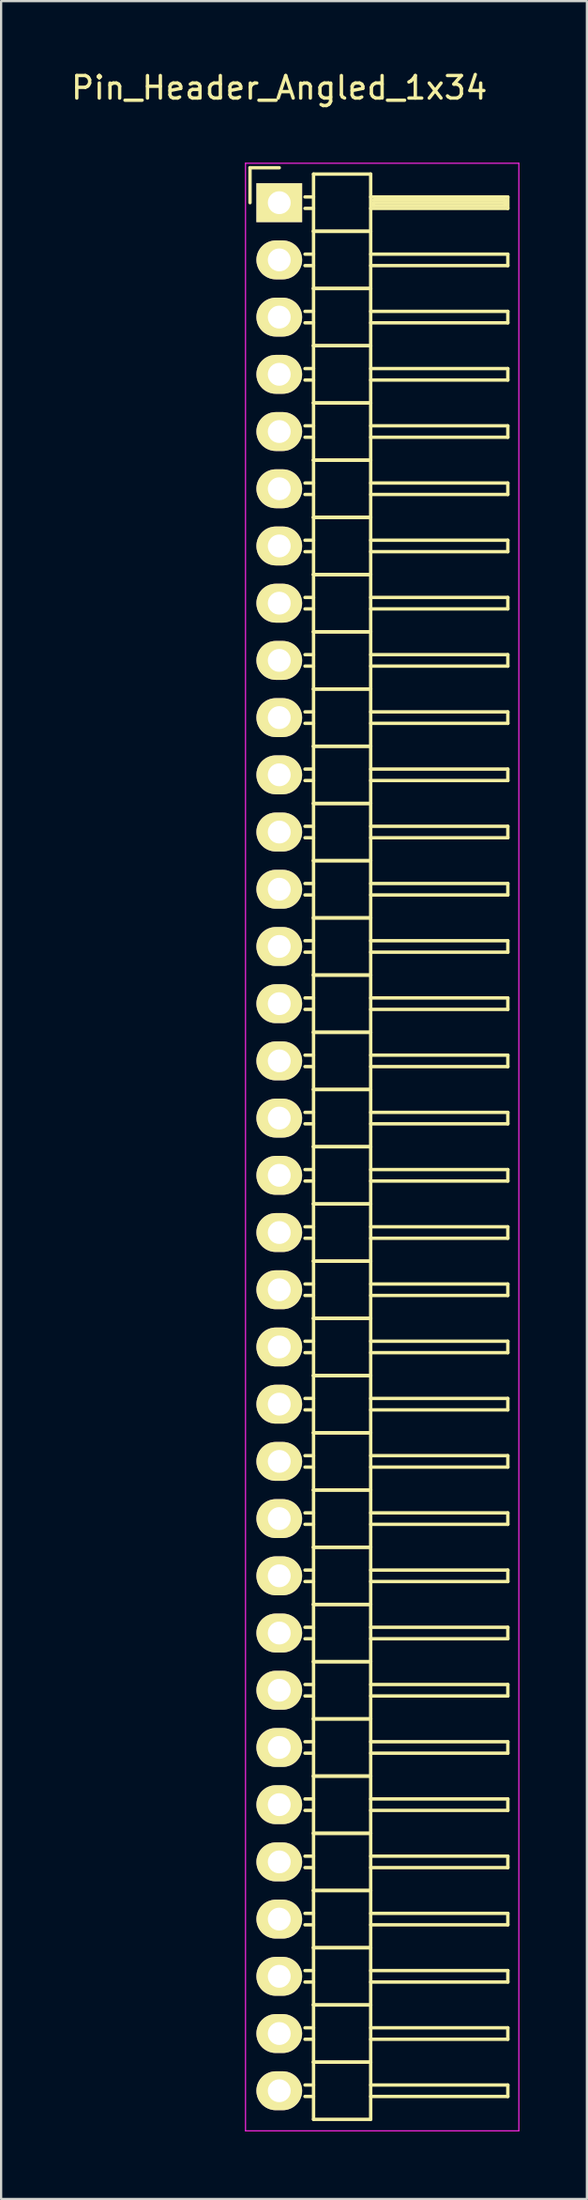
<source format=kicad_pcb>
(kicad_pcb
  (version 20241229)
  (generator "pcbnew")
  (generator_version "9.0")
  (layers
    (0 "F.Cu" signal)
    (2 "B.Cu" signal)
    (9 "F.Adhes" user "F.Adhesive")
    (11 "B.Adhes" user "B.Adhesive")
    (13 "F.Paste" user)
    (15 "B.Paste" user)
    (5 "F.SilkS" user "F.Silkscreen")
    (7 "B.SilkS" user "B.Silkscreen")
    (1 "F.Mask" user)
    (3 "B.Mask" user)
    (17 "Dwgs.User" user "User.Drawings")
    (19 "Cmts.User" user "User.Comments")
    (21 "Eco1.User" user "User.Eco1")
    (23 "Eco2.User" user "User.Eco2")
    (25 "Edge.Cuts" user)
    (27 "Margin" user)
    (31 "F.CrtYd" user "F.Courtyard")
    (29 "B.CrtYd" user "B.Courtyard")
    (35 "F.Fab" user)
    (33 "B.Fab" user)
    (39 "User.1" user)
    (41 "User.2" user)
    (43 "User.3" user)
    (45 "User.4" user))
  (footprint "Pin_Header_Angled_1x34"
    (layer "F.Cu")
    (at 9.363 5.948)
    (property "Reference" "Pin_Header_Angled_1x34" (at 0 -5.1 0) (layer "F.SilkS") (effects (font (size 1 1) (thickness 0.15))))
    (attr through_hole)
    (fp_line (start -1.3 -1.55) (end -1.3 0) (stroke (width 0.15) (type solid)) (layer "F.SilkS"))
    (fp_line (start 0 -1.55) (end -1.3 -1.55) (stroke (width 0.15) (type solid)) (layer "F.SilkS"))
    (fp_line (start 1.524 -1.27) (end 1.524 1.27) (stroke (width 0.15) (type solid)) (layer "F.SilkS"))
    (fp_line (start 1.524 -1.27) (end 4.064 -1.27) (stroke (width 0.15) (type solid)) (layer "F.SilkS"))
    (fp_line (start 1.524 -0.254) (end 1.143 -0.254) (stroke (width 0.15) (type solid)) (layer "F.SilkS"))
    (fp_line (start 1.524 0.254) (end 1.143 0.254) (stroke (width 0.15) (type solid)) (layer "F.SilkS"))
    (fp_line (start 1.524 1.27) (end 1.524 3.81) (stroke (width 0.15) (type solid)) (layer "F.SilkS"))
    (fp_line (start 1.524 1.27) (end 4.064 1.27) (stroke (width 0.15) (type solid)) (layer "F.SilkS"))
    (fp_line (start 1.524 1.27) (end 4.064 1.27) (stroke (width 0.15) (type solid)) (layer "F.SilkS"))
    (fp_line (start 1.524 2.286) (end 1.143 2.286) (stroke (width 0.15) (type solid)) (layer "F.SilkS"))
    (fp_line (start 1.524 2.794) (end 1.143 2.794) (stroke (width 0.15) (type solid)) (layer "F.SilkS"))
    (fp_line (start 1.524 3.81) (end 1.524 6.35) (stroke (width 0.15) (type solid)) (layer "F.SilkS"))
    (fp_line (start 1.524 3.81) (end 4.064 3.81) (stroke (width 0.15) (type solid)) (layer "F.SilkS"))
    (fp_line (start 1.524 3.81) (end 4.064 3.81) (stroke (width 0.15) (type solid)) (layer "F.SilkS"))
    (fp_line (start 1.524 4.826) (end 1.143 4.826) (stroke (width 0.15) (type solid)) (layer "F.SilkS"))
    (fp_line (start 1.524 5.334) (end 1.143 5.334) (stroke (width 0.15) (type solid)) (layer "F.SilkS"))
    (fp_line (start 1.524 6.35) (end 1.524 8.89) (stroke (width 0.15) (type solid)) (layer "F.SilkS"))
    (fp_line (start 1.524 6.35) (end 4.064 6.35) (stroke (width 0.15) (type solid)) (layer "F.SilkS"))
    (fp_line (start 1.524 6.35) (end 4.064 6.35) (stroke (width 0.15) (type solid)) (layer "F.SilkS"))
    (fp_line (start 1.524 7.366) (end 1.143 7.366) (stroke (width 0.15) (type solid)) (layer "F.SilkS"))
    (fp_line (start 1.524 7.874) (end 1.143 7.874) (stroke (width 0.15) (type solid)) (layer "F.SilkS"))
    (fp_line (start 1.524 8.89) (end 1.524 11.43) (stroke (width 0.15) (type solid)) (layer "F.SilkS"))
    (fp_line (start 1.524 8.89) (end 4.064 8.89) (stroke (width 0.15) (type solid)) (layer "F.SilkS"))
    (fp_line (start 1.524 8.89) (end 4.064 8.89) (stroke (width 0.15) (type solid)) (layer "F.SilkS"))
    (fp_line (start 1.524 9.906) (end 1.143 9.906) (stroke (width 0.15) (type solid)) (layer "F.SilkS"))
    (fp_line (start 1.524 10.414) (end 1.143 10.414) (stroke (width 0.15) (type solid)) (layer "F.SilkS"))
    (fp_line (start 1.524 11.43) (end 1.524 13.97) (stroke (width 0.15) (type solid)) (layer "F.SilkS"))
    (fp_line (start 1.524 11.43) (end 4.064 11.43) (stroke (width 0.15) (type solid)) (layer "F.SilkS"))
    (fp_line (start 1.524 11.43) (end 4.064 11.43) (stroke (width 0.15) (type solid)) (layer "F.SilkS"))
    (fp_line (start 1.524 12.446) (end 1.143 12.446) (stroke (width 0.15) (type solid)) (layer "F.SilkS"))
    (fp_line (start 1.524 12.954) (end 1.143 12.954) (stroke (width 0.15) (type solid)) (layer "F.SilkS"))
    (fp_line (start 1.524 13.97) (end 1.524 16.51) (stroke (width 0.15) (type solid)) (layer "F.SilkS"))
    (fp_line (start 1.524 13.97) (end 4.064 13.97) (stroke (width 0.15) (type solid)) (layer "F.SilkS"))
    (fp_line (start 1.524 13.97) (end 4.064 13.97) (stroke (width 0.15) (type solid)) (layer "F.SilkS"))
    (fp_line (start 1.524 14.986) (end 1.143 14.986) (stroke (width 0.15) (type solid)) (layer "F.SilkS"))
    (fp_line (start 1.524 15.494) (end 1.143 15.494) (stroke (width 0.15) (type solid)) (layer "F.SilkS"))
    (fp_line (start 1.524 16.51) (end 1.524 19.05) (stroke (width 0.15) (type solid)) (layer "F.SilkS"))
    (fp_line (start 1.524 16.51) (end 4.064 16.51) (stroke (width 0.15) (type solid)) (layer "F.SilkS"))
    (fp_line (start 1.524 16.51) (end 4.064 16.51) (stroke (width 0.15) (type solid)) (layer "F.SilkS"))
    (fp_line (start 1.524 17.526) (end 1.143 17.526) (stroke (width 0.15) (type solid)) (layer "F.SilkS"))
    (fp_line (start 1.524 18.034) (end 1.143 18.034) (stroke (width 0.15) (type solid)) (layer "F.SilkS"))
    (fp_line (start 1.524 19.05) (end 1.524 21.59) (stroke (width 0.15) (type solid)) (layer "F.SilkS"))
    (fp_line (start 1.524 19.05) (end 4.064 19.05) (stroke (width 0.15) (type solid)) (layer "F.SilkS"))
    (fp_line (start 1.524 19.05) (end 4.064 19.05) (stroke (width 0.15) (type solid)) (layer "F.SilkS"))
    (fp_line (start 1.524 20.066) (end 1.143 20.066) (stroke (width 0.15) (type solid)) (layer "F.SilkS"))
    (fp_line (start 1.524 20.574) (end 1.143 20.574) (stroke (width 0.15) (type solid)) (layer "F.SilkS"))
    (fp_line (start 1.524 21.59) (end 1.524 24.13) (stroke (width 0.15) (type solid)) (layer "F.SilkS"))
    (fp_line (start 1.524 21.59) (end 4.064 21.59) (stroke (width 0.15) (type solid)) (layer "F.SilkS"))
    (fp_line (start 1.524 21.59) (end 4.064 21.59) (stroke (width 0.15) (type solid)) (layer "F.SilkS"))
    (fp_line (start 1.524 22.606) (end 1.143 22.606) (stroke (width 0.15) (type solid)) (layer "F.SilkS"))
    (fp_line (start 1.524 23.114) (end 1.143 23.114) (stroke (width 0.15) (type solid)) (layer "F.SilkS"))
    (fp_line (start 1.524 24.13) (end 1.524 26.67) (stroke (width 0.15) (type solid)) (layer "F.SilkS"))
    (fp_line (start 1.524 24.13) (end 4.064 24.13) (stroke (width 0.15) (type solid)) (layer "F.SilkS"))
    (fp_line (start 1.524 24.13) (end 4.064 24.13) (stroke (width 0.15) (type solid)) (layer "F.SilkS"))
    (fp_line (start 1.524 25.146) (end 1.143 25.146) (stroke (width 0.15) (type solid)) (layer "F.SilkS"))
    (fp_line (start 1.524 25.654) (end 1.143 25.654) (stroke (width 0.15) (type solid)) (layer "F.SilkS"))
    (fp_line (start 1.524 26.67) (end 1.524 29.21) (stroke (width 0.15) (type solid)) (layer "F.SilkS"))
    (fp_line (start 1.524 26.67) (end 4.064 26.67) (stroke (width 0.15) (type solid)) (layer "F.SilkS"))
    (fp_line (start 1.524 26.67) (end 4.064 26.67) (stroke (width 0.15) (type solid)) (layer "F.SilkS"))
    (fp_line (start 1.524 27.686) (end 1.143 27.686) (stroke (width 0.15) (type solid)) (layer "F.SilkS"))
    (fp_line (start 1.524 28.194) (end 1.143 28.194) (stroke (width 0.15) (type solid)) (layer "F.SilkS"))
    (fp_line (start 1.524 29.21) (end 1.524 31.75) (stroke (width 0.15) (type solid)) (layer "F.SilkS"))
    (fp_line (start 1.524 29.21) (end 4.064 29.21) (stroke (width 0.15) (type solid)) (layer "F.SilkS"))
    (fp_line (start 1.524 29.21) (end 4.064 29.21) (stroke (width 0.15) (type solid)) (layer "F.SilkS"))
    (fp_line (start 1.524 30.226) (end 1.143 30.226) (stroke (width 0.15) (type solid)) (layer "F.SilkS"))
    (fp_line (start 1.524 30.734) (end 1.143 30.734) (stroke (width 0.15) (type solid)) (layer "F.SilkS"))
    (fp_line (start 1.524 31.75) (end 1.524 34.29) (stroke (width 0.15) (type solid)) (layer "F.SilkS"))
    (fp_line (start 1.524 31.75) (end 4.064 31.75) (stroke (width 0.15) (type solid)) (layer "F.SilkS"))
    (fp_line (start 1.524 31.75) (end 4.064 31.75) (stroke (width 0.15) (type solid)) (layer "F.SilkS"))
    (fp_line (start 1.524 32.766) (end 1.143 32.766) (stroke (width 0.15) (type solid)) (layer "F.SilkS"))
    (fp_line (start 1.524 33.274) (end 1.143 33.274) (stroke (width 0.15) (type solid)) (layer "F.SilkS"))
    (fp_line (start 1.524 34.29) (end 1.524 36.83) (stroke (width 0.15) (type solid)) (layer "F.SilkS"))
    (fp_line (start 1.524 34.29) (end 4.064 34.29) (stroke (width 0.15) (type solid)) (layer "F.SilkS"))
    (fp_line (start 1.524 34.29) (end 4.064 34.29) (stroke (width 0.15) (type solid)) (layer "F.SilkS"))
    (fp_line (start 1.524 35.306) (end 1.143 35.306) (stroke (width 0.15) (type solid)) (layer "F.SilkS"))
    (fp_line (start 1.524 35.814) (end 1.143 35.814) (stroke (width 0.15) (type solid)) (layer "F.SilkS"))
    (fp_line (start 1.524 36.83) (end 1.524 39.37) (stroke (width 0.15) (type solid)) (layer "F.SilkS"))
    (fp_line (start 1.524 36.83) (end 4.064 36.83) (stroke (width 0.15) (type solid)) (layer "F.SilkS"))
    (fp_line (start 1.524 36.83) (end 4.064 36.83) (stroke (width 0.15) (type solid)) (layer "F.SilkS"))
    (fp_line (start 1.524 37.846) (end 1.143 37.846) (stroke (width 0.15) (type solid)) (layer "F.SilkS"))
    (fp_line (start 1.524 38.354) (end 1.143 38.354) (stroke (width 0.15) (type solid)) (layer "F.SilkS"))
    (fp_line (start 1.524 39.37) (end 1.524 41.91) (stroke (width 0.15) (type solid)) (layer "F.SilkS"))
    (fp_line (start 1.524 39.37) (end 4.064 39.37) (stroke (width 0.15) (type solid)) (layer "F.SilkS"))
    (fp_line (start 1.524 39.37) (end 4.064 39.37) (stroke (width 0.15) (type solid)) (layer "F.SilkS"))
    (fp_line (start 1.524 40.386) (end 1.143 40.386) (stroke (width 0.15) (type solid)) (layer "F.SilkS"))
    (fp_line (start 1.524 40.894) (end 1.143 40.894) (stroke (width 0.15) (type solid)) (layer "F.SilkS"))
    (fp_line (start 1.524 41.91) (end 1.524 44.45) (stroke (width 0.15) (type solid)) (layer "F.SilkS"))
    (fp_line (start 1.524 41.91) (end 4.064 41.91) (stroke (width 0.15) (type solid)) (layer "F.SilkS"))
    (fp_line (start 1.524 41.91) (end 4.064 41.91) (stroke (width 0.15) (type solid)) (layer "F.SilkS"))
    (fp_line (start 1.524 42.926) (end 1.143 42.926) (stroke (width 0.15) (type solid)) (layer "F.SilkS"))
    (fp_line (start 1.524 43.434) (end 1.143 43.434) (stroke (width 0.15) (type solid)) (layer "F.SilkS"))
    (fp_line (start 1.524 44.45) (end 1.524 46.99) (stroke (width 0.15) (type solid)) (layer "F.SilkS"))
    (fp_line (start 1.524 44.45) (end 4.064 44.45) (stroke (width 0.15) (type solid)) (layer "F.SilkS"))
    (fp_line (start 1.524 44.45) (end 4.064 44.45) (stroke (width 0.15) (type solid)) (layer "F.SilkS"))
    (fp_line (start 1.524 45.466) (end 1.143 45.466) (stroke (width 0.15) (type solid)) (layer "F.SilkS"))
    (fp_line (start 1.524 45.974) (end 1.143 45.974) (stroke (width 0.15) (type solid)) (layer "F.SilkS"))
    (fp_line (start 1.524 46.99) (end 1.524 49.53) (stroke (width 0.15) (type solid)) (layer "F.SilkS"))
    (fp_line (start 1.524 46.99) (end 4.064 46.99) (stroke (width 0.15) (type solid)) (layer "F.SilkS"))
    (fp_line (start 1.524 46.99) (end 4.064 46.99) (stroke (width 0.15) (type solid)) (layer "F.SilkS"))
    (fp_line (start 1.524 48.006) (end 1.143 48.006) (stroke (width 0.15) (type solid)) (layer "F.SilkS"))
    (fp_line (start 1.524 48.514) (end 1.143 48.514) (stroke (width 0.15) (type solid)) (layer "F.SilkS"))
    (fp_line (start 1.524 49.53) (end 1.524 52.07) (stroke (width 0.15) (type solid)) (layer "F.SilkS"))
    (fp_line (start 1.524 49.53) (end 4.064 49.53) (stroke (width 0.15) (type solid)) (layer "F.SilkS"))
    (fp_line (start 1.524 49.53) (end 4.064 49.53) (stroke (width 0.15) (type solid)) (layer "F.SilkS"))
    (fp_line (start 1.524 50.546) (end 1.143 50.546) (stroke (width 0.15) (type solid)) (layer "F.SilkS"))
    (fp_line (start 1.524 51.054) (end 1.143 51.054) (stroke (width 0.15) (type solid)) (layer "F.SilkS"))
    (fp_line (start 1.524 52.07) (end 1.524 54.61) (stroke (width 0.15) (type solid)) (layer "F.SilkS"))
    (fp_line (start 1.524 52.07) (end 4.064 52.07) (stroke (width 0.15) (type solid)) (layer "F.SilkS"))
    (fp_line (start 1.524 52.07) (end 4.064 52.07) (stroke (width 0.15) (type solid)) (layer "F.SilkS"))
    (fp_line (start 1.524 53.086) (end 1.143 53.086) (stroke (width 0.15) (type solid)) (layer "F.SilkS"))
    (fp_line (start 1.524 53.594) (end 1.143 53.594) (stroke (width 0.15) (type solid)) (layer "F.SilkS"))
    (fp_line (start 1.524 54.61) (end 1.524 57.15) (stroke (width 0.15) (type solid)) (layer "F.SilkS"))
    (fp_line (start 1.524 54.61) (end 4.064 54.61) (stroke (width 0.15) (type solid)) (layer "F.SilkS"))
    (fp_line (start 1.524 54.61) (end 4.064 54.61) (stroke (width 0.15) (type solid)) (layer "F.SilkS"))
    (fp_line (start 1.524 55.626) (end 1.143 55.626) (stroke (width 0.15) (type solid)) (layer "F.SilkS"))
    (fp_line (start 1.524 56.134) (end 1.143 56.134) (stroke (width 0.15) (type solid)) (layer "F.SilkS"))
    (fp_line (start 1.524 57.15) (end 1.524 59.69) (stroke (width 0.15) (type solid)) (layer "F.SilkS"))
    (fp_line (start 1.524 57.15) (end 4.064 57.15) (stroke (width 0.15) (type solid)) (layer "F.SilkS"))
    (fp_line (start 1.524 57.15) (end 4.064 57.15) (stroke (width 0.15) (type solid)) (layer "F.SilkS"))
    (fp_line (start 1.524 58.166) (end 1.143 58.166) (stroke (width 0.15) (type solid)) (layer "F.SilkS"))
    (fp_line (start 1.524 58.674) (end 1.143 58.674) (stroke (width 0.15) (type solid)) (layer "F.SilkS"))
    (fp_line (start 1.524 59.69) (end 1.524 62.23) (stroke (width 0.15) (type solid)) (layer "F.SilkS"))
    (fp_line (start 1.524 59.69) (end 4.064 59.69) (stroke (width 0.15) (type solid)) (layer "F.SilkS"))
    (fp_line (start 1.524 59.69) (end 4.064 59.69) (stroke (width 0.15) (type solid)) (layer "F.SilkS"))
    (fp_line (start 1.524 60.706) (end 1.143 60.706) (stroke (width 0.15) (type solid)) (layer "F.SilkS"))
    (fp_line (start 1.524 61.214) (end 1.143 61.214) (stroke (width 0.15) (type solid)) (layer "F.SilkS"))
    (fp_line (start 1.524 62.23) (end 1.524 64.77) (stroke (width 0.15) (type solid)) (layer "F.SilkS"))
    (fp_line (start 1.524 62.23) (end 4.064 62.23) (stroke (width 0.15) (type solid)) (layer "F.SilkS"))
    (fp_line (start 1.524 62.23) (end 4.064 62.23) (stroke (width 0.15) (type solid)) (layer "F.SilkS"))
    (fp_line (start 1.524 63.246) (end 1.143 63.246) (stroke (width 0.15) (type solid)) (layer "F.SilkS"))
    (fp_line (start 1.524 63.754) (end 1.143 63.754) (stroke (width 0.15) (type solid)) (layer "F.SilkS"))
    (fp_line (start 1.524 64.77) (end 1.524 67.31) (stroke (width 0.15) (type solid)) (layer "F.SilkS"))
    (fp_line (start 1.524 64.77) (end 4.064 64.77) (stroke (width 0.15) (type solid)) (layer "F.SilkS"))
    (fp_line (start 1.524 64.77) (end 4.064 64.77) (stroke (width 0.15) (type solid)) (layer "F.SilkS"))
    (fp_line (start 1.524 65.786) (end 1.143 65.786) (stroke (width 0.15) (type solid)) (layer "F.SilkS"))
    (fp_line (start 1.524 66.294) (end 1.143 66.294) (stroke (width 0.15) (type solid)) (layer "F.SilkS"))
    (fp_line (start 1.524 67.31) (end 1.524 69.85) (stroke (width 0.15) (type solid)) (layer "F.SilkS"))
    (fp_line (start 1.524 67.31) (end 4.064 67.31) (stroke (width 0.15) (type solid)) (layer "F.SilkS"))
    (fp_line (start 1.524 67.31) (end 4.064 67.31) (stroke (width 0.15) (type solid)) (layer "F.SilkS"))
    (fp_line (start 1.524 68.326) (end 1.143 68.326) (stroke (width 0.15) (type solid)) (layer "F.SilkS"))
    (fp_line (start 1.524 68.834) (end 1.143 68.834) (stroke (width 0.15) (type solid)) (layer "F.SilkS"))
    (fp_line (start 1.524 69.85) (end 1.524 72.39) (stroke (width 0.15) (type solid)) (layer "F.SilkS"))
    (fp_line (start 1.524 69.85) (end 4.064 69.85) (stroke (width 0.15) (type solid)) (layer "F.SilkS"))
    (fp_line (start 1.524 69.85) (end 4.064 69.85) (stroke (width 0.15) (type solid)) (layer "F.SilkS"))
    (fp_line (start 1.524 70.866) (end 1.143 70.866) (stroke (width 0.15) (type solid)) (layer "F.SilkS"))
    (fp_line (start 1.524 71.374) (end 1.143 71.374) (stroke (width 0.15) (type solid)) (layer "F.SilkS"))
    (fp_line (start 1.524 72.39) (end 1.524 74.93) (stroke (width 0.15) (type solid)) (layer "F.SilkS"))
    (fp_line (start 1.524 72.39) (end 4.064 72.39) (stroke (width 0.15) (type solid)) (layer "F.SilkS"))
    (fp_line (start 1.524 72.39) (end 4.064 72.39) (stroke (width 0.15) (type solid)) (layer "F.SilkS"))
    (fp_line (start 1.524 73.406) (end 1.143 73.406) (stroke (width 0.15) (type solid)) (layer "F.SilkS"))
    (fp_line (start 1.524 73.914) (end 1.143 73.914) (stroke (width 0.15) (type solid)) (layer "F.SilkS"))
    (fp_line (start 1.524 74.93) (end 1.524 77.47) (stroke (width 0.15) (type solid)) (layer "F.SilkS"))
    (fp_line (start 1.524 74.93) (end 4.064 74.93) (stroke (width 0.15) (type solid)) (layer "F.SilkS"))
    (fp_line (start 1.524 74.93) (end 4.064 74.93) (stroke (width 0.15) (type solid)) (layer "F.SilkS"))
    (fp_line (start 1.524 75.946) (end 1.143 75.946) (stroke (width 0.15) (type solid)) (layer "F.SilkS"))
    (fp_line (start 1.524 76.454) (end 1.143 76.454) (stroke (width 0.15) (type solid)) (layer "F.SilkS"))
    (fp_line (start 1.524 77.47) (end 1.524 80.01) (stroke (width 0.15) (type solid)) (layer "F.SilkS"))
    (fp_line (start 1.524 77.47) (end 4.064 77.47) (stroke (width 0.15) (type solid)) (layer "F.SilkS"))
    (fp_line (start 1.524 77.47) (end 4.064 77.47) (stroke (width 0.15) (type solid)) (layer "F.SilkS"))
    (fp_line (start 1.524 78.486) (end 1.143 78.486) (stroke (width 0.15) (type solid)) (layer "F.SilkS"))
    (fp_line (start 1.524 78.994) (end 1.143 78.994) (stroke (width 0.15) (type solid)) (layer "F.SilkS"))
    (fp_line (start 1.524 80.01) (end 1.524 82.55) (stroke (width 0.15) (type solid)) (layer "F.SilkS"))
    (fp_line (start 1.524 80.01) (end 4.064 80.01) (stroke (width 0.15) (type solid)) (layer "F.SilkS"))
    (fp_line (start 1.524 80.01) (end 4.064 80.01) (stroke (width 0.15) (type solid)) (layer "F.SilkS"))
    (fp_line (start 1.524 81.026) (end 1.143 81.026) (stroke (width 0.15) (type solid)) (layer "F.SilkS"))
    (fp_line (start 1.524 81.534) (end 1.143 81.534) (stroke (width 0.15) (type solid)) (layer "F.SilkS"))
    (fp_line (start 1.524 82.55) (end 1.524 85.09) (stroke (width 0.15) (type solid)) (layer "F.SilkS"))
    (fp_line (start 1.524 82.55) (end 4.064 82.55) (stroke (width 0.15) (type solid)) (layer "F.SilkS"))
    (fp_line (start 1.524 82.55) (end 4.064 82.55) (stroke (width 0.15) (type solid)) (layer "F.SilkS"))
    (fp_line (start 1.524 83.566) (end 1.143 83.566) (stroke (width 0.15) (type solid)) (layer "F.SilkS"))
    (fp_line (start 1.524 84.074) (end 1.143 84.074) (stroke (width 0.15) (type solid)) (layer "F.SilkS"))
    (fp_line (start 1.524 85.09) (end 4.064 85.09) (stroke (width 0.15) (type solid)) (layer "F.SilkS"))
    (fp_line (start 4.064 -0.254) (end 10.16 -0.254) (stroke (width 0.15) (type solid)) (layer "F.SilkS"))
    (fp_line (start 4.064 1.27) (end 4.064 -1.27) (stroke (width 0.15) (type solid)) (layer "F.SilkS"))
    (fp_line (start 4.064 2.286) (end 10.16 2.286) (stroke (width 0.15) (type solid)) (layer "F.SilkS"))
    (fp_line (start 4.064 3.81) (end 4.064 1.27) (stroke (width 0.15) (type solid)) (layer "F.SilkS"))
    (fp_line (start 4.064 4.826) (end 10.16 4.826) (stroke (width 0.15) (type solid)) (layer "F.SilkS"))
    (fp_line (start 4.064 6.35) (end 4.064 3.81) (stroke (width 0.15) (type solid)) (layer "F.SilkS"))
    (fp_line (start 4.064 7.366) (end 10.16 7.366) (stroke (width 0.15) (type solid)) (layer "F.SilkS"))
    (fp_line (start 4.064 8.89) (end 4.064 6.35) (stroke (width 0.15) (type solid)) (layer "F.SilkS"))
    (fp_line (start 4.064 9.906) (end 10.16 9.906) (stroke (width 0.15) (type solid)) (layer "F.SilkS"))
    (fp_line (start 4.064 11.43) (end 4.064 8.89) (stroke (width 0.15) (type solid)) (layer "F.SilkS"))
    (fp_line (start 4.064 12.446) (end 10.16 12.446) (stroke (width 0.15) (type solid)) (layer "F.SilkS"))
    (fp_line (start 4.064 13.97) (end 4.064 11.43) (stroke (width 0.15) (type solid)) (layer "F.SilkS"))
    (fp_line (start 4.064 14.986) (end 10.16 14.986) (stroke (width 0.15) (type solid)) (layer "F.SilkS"))
    (fp_line (start 4.064 16.51) (end 4.064 13.97) (stroke (width 0.15) (type solid)) (layer "F.SilkS"))
    (fp_line (start 4.064 17.526) (end 10.16 17.526) (stroke (width 0.15) (type solid)) (layer "F.SilkS"))
    (fp_line (start 4.064 19.05) (end 4.064 16.51) (stroke (width 0.15) (type solid)) (layer "F.SilkS"))
    (fp_line (start 4.064 20.066) (end 10.16 20.066) (stroke (width 0.15) (type solid)) (layer "F.SilkS"))
    (fp_line (start 4.064 21.59) (end 4.064 19.05) (stroke (width 0.15) (type solid)) (layer "F.SilkS"))
    (fp_line (start 4.064 22.606) (end 10.16 22.606) (stroke (width 0.15) (type solid)) (layer "F.SilkS"))
    (fp_line (start 4.064 24.13) (end 4.064 21.59) (stroke (width 0.15) (type solid)) (layer "F.SilkS"))
    (fp_line (start 4.064 25.146) (end 10.16 25.146) (stroke (width 0.15) (type solid)) (layer "F.SilkS"))
    (fp_line (start 4.064 26.67) (end 4.064 24.13) (stroke (width 0.15) (type solid)) (layer "F.SilkS"))
    (fp_line (start 4.064 27.686) (end 10.16 27.686) (stroke (width 0.15) (type solid)) (layer "F.SilkS"))
    (fp_line (start 4.064 29.21) (end 4.064 26.67) (stroke (width 0.15) (type solid)) (layer "F.SilkS"))
    (fp_line (start 4.064 30.226) (end 10.16 30.226) (stroke (width 0.15) (type solid)) (layer "F.SilkS"))
    (fp_line (start 4.064 31.75) (end 4.064 29.21) (stroke (width 0.15) (type solid)) (layer "F.SilkS"))
    (fp_line (start 4.064 32.766) (end 10.16 32.766) (stroke (width 0.15) (type solid)) (layer "F.SilkS"))
    (fp_line (start 4.064 34.29) (end 4.064 31.75) (stroke (width 0.15) (type solid)) (layer "F.SilkS"))
    (fp_line (start 4.064 35.306) (end 10.16 35.306) (stroke (width 0.15) (type solid)) (layer "F.SilkS"))
    (fp_line (start 4.064 36.83) (end 4.064 34.29) (stroke (width 0.15) (type solid)) (layer "F.SilkS"))
    (fp_line (start 4.064 37.846) (end 10.16 37.846) (stroke (width 0.15) (type solid)) (layer "F.SilkS"))
    (fp_line (start 4.064 39.37) (end 4.064 36.83) (stroke (width 0.15) (type solid)) (layer "F.SilkS"))
    (fp_line (start 4.064 40.386) (end 10.16 40.386) (stroke (width 0.15) (type solid)) (layer "F.SilkS"))
    (fp_line (start 4.064 41.91) (end 4.064 39.37) (stroke (width 0.15) (type solid)) (layer "F.SilkS"))
    (fp_line (start 4.064 42.926) (end 10.16 42.926) (stroke (width 0.15) (type solid)) (layer "F.SilkS"))
    (fp_line (start 4.064 44.45) (end 4.064 41.91) (stroke (width 0.15) (type solid)) (layer "F.SilkS"))
    (fp_line (start 4.064 45.466) (end 10.16 45.466) (stroke (width 0.15) (type solid)) (layer "F.SilkS"))
    (fp_line (start 4.064 46.99) (end 4.064 44.45) (stroke (width 0.15) (type solid)) (layer "F.SilkS"))
    (fp_line (start 4.064 48.006) (end 10.16 48.006) (stroke (width 0.15) (type solid)) (layer "F.SilkS"))
    (fp_line (start 4.064 49.53) (end 4.064 46.99) (stroke (width 0.15) (type solid)) (layer "F.SilkS"))
    (fp_line (start 4.064 50.546) (end 10.16 50.546) (stroke (width 0.15) (type solid)) (layer "F.SilkS"))
    (fp_line (start 4.064 52.07) (end 4.064 49.53) (stroke (width 0.15) (type solid)) (layer "F.SilkS"))
    (fp_line (start 4.064 53.086) (end 10.16 53.086) (stroke (width 0.15) (type solid)) (layer "F.SilkS"))
    (fp_line (start 4.064 54.61) (end 4.064 52.07) (stroke (width 0.15) (type solid)) (layer "F.SilkS"))
    (fp_line (start 4.064 55.626) (end 10.16 55.626) (stroke (width 0.15) (type solid)) (layer "F.SilkS"))
    (fp_line (start 4.064 57.15) (end 4.064 54.61) (stroke (width 0.15) (type solid)) (layer "F.SilkS"))
    (fp_line (start 4.064 58.166) (end 10.16 58.166) (stroke (width 0.15) (type solid)) (layer "F.SilkS"))
    (fp_line (start 4.064 59.69) (end 4.064 57.15) (stroke (width 0.15) (type solid)) (layer "F.SilkS"))
    (fp_line (start 4.064 60.706) (end 10.16 60.706) (stroke (width 0.15) (type solid)) (layer "F.SilkS"))
    (fp_line (start 4.064 62.23) (end 4.064 59.69) (stroke (width 0.15) (type solid)) (layer "F.SilkS"))
    (fp_line (start 4.064 63.246) (end 10.16 63.246) (stroke (width 0.15) (type solid)) (layer "F.SilkS"))
    (fp_line (start 4.064 64.77) (end 4.064 62.23) (stroke (width 0.15) (type solid)) (layer "F.SilkS"))
    (fp_line (start 4.064 65.786) (end 10.16 65.786) (stroke (width 0.15) (type solid)) (layer "F.SilkS"))
    (fp_line (start 4.064 67.31) (end 4.064 64.77) (stroke (width 0.15) (type solid)) (layer "F.SilkS"))
    (fp_line (start 4.064 68.326) (end 10.16 68.326) (stroke (width 0.15) (type solid)) (layer "F.SilkS"))
    (fp_line (start 4.064 69.85) (end 4.064 67.31) (stroke (width 0.15) (type solid)) (layer "F.SilkS"))
    (fp_line (start 4.064 70.866) (end 10.16 70.866) (stroke (width 0.15) (type solid)) (layer "F.SilkS"))
    (fp_line (start 4.064 72.39) (end 4.064 69.85) (stroke (width 0.15) (type solid)) (layer "F.SilkS"))
    (fp_line (start 4.064 73.406) (end 10.16 73.406) (stroke (width 0.15) (type solid)) (layer "F.SilkS"))
    (fp_line (start 4.064 74.93) (end 4.064 72.39) (stroke (width 0.15) (type solid)) (layer "F.SilkS"))
    (fp_line (start 4.064 75.946) (end 10.16 75.946) (stroke (width 0.15) (type solid)) (layer "F.SilkS"))
    (fp_line (start 4.064 77.47) (end 4.064 74.93) (stroke (width 0.15) (type solid)) (layer "F.SilkS"))
    (fp_line (start 4.064 78.486) (end 10.16 78.486) (stroke (width 0.15) (type solid)) (layer "F.SilkS"))
    (fp_line (start 4.064 80.01) (end 4.064 77.47) (stroke (width 0.15) (type solid)) (layer "F.SilkS"))
    (fp_line (start 4.064 81.026) (end 10.16 81.026) (stroke (width 0.15) (type solid)) (layer "F.SilkS"))
    (fp_line (start 4.064 82.55) (end 4.064 80.01) (stroke (width 0.15) (type solid)) (layer "F.SilkS"))
    (fp_line (start 4.064 83.566) (end 10.16 83.566) (stroke (width 0.15) (type solid)) (layer "F.SilkS"))
    (fp_line (start 4.064 85.09) (end 4.064 82.55) (stroke (width 0.15) (type solid)) (layer "F.SilkS"))
    (fp_line (start 4.191 -0.127) (end 10.033 -0.127) (stroke (width 0.15) (type solid)) (layer "F.SilkS"))
    (fp_line (start 4.191 0) (end 10.033 0) (stroke (width 0.15) (type solid)) (layer "F.SilkS"))
    (fp_line (start 4.191 0.127) (end 4.191 0) (stroke (width 0.15) (type solid)) (layer "F.SilkS"))
    (fp_line (start 10.033 -0.127) (end 10.033 0.127) (stroke (width 0.15) (type solid)) (layer "F.SilkS"))
    (fp_line (start 10.033 0.127) (end 4.191 0.127) (stroke (width 0.15) (type solid)) (layer "F.SilkS"))
    (fp_line (start 10.16 -0.254) (end 10.16 0.254) (stroke (width 0.15) (type solid)) (layer "F.SilkS"))
    (fp_line (start 10.16 0.254) (end 4.064 0.254) (stroke (width 0.15) (type solid)) (layer "F.SilkS"))
    (fp_line (start 10.16 2.286) (end 10.16 2.794) (stroke (width 0.15) (type solid)) (layer "F.SilkS"))
    (fp_line (start 10.16 2.794) (end 4.064 2.794) (stroke (width 0.15) (type solid)) (layer "F.SilkS"))
    (fp_line (start 10.16 4.826) (end 10.16 5.334) (stroke (width 0.15) (type solid)) (layer "F.SilkS"))
    (fp_line (start 10.16 5.334) (end 4.064 5.334) (stroke (width 0.15) (type solid)) (layer "F.SilkS"))
    (fp_line (start 10.16 7.366) (end 10.16 7.874) (stroke (width 0.15) (type solid)) (layer "F.SilkS"))
    (fp_line (start 10.16 7.874) (end 4.064 7.874) (stroke (width 0.15) (type solid)) (layer "F.SilkS"))
    (fp_line (start 10.16 9.906) (end 10.16 10.414) (stroke (width 0.15) (type solid)) (layer "F.SilkS"))
    (fp_line (start 10.16 10.414) (end 4.064 10.414) (stroke (width 0.15) (type solid)) (layer "F.SilkS"))
    (fp_line (start 10.16 12.446) (end 10.16 12.954) (stroke (width 0.15) (type solid)) (layer "F.SilkS"))
    (fp_line (start 10.16 12.954) (end 4.064 12.954) (stroke (width 0.15) (type solid)) (layer "F.SilkS"))
    (fp_line (start 10.16 14.986) (end 10.16 15.494) (stroke (width 0.15) (type solid)) (layer "F.SilkS"))
    (fp_line (start 10.16 15.494) (end 4.064 15.494) (stroke (width 0.15) (type solid)) (layer "F.SilkS"))
    (fp_line (start 10.16 17.526) (end 10.16 18.034) (stroke (width 0.15) (type solid)) (layer "F.SilkS"))
    (fp_line (start 10.16 18.034) (end 4.064 18.034) (stroke (width 0.15) (type solid)) (layer "F.SilkS"))
    (fp_line (start 10.16 20.066) (end 10.16 20.574) (stroke (width 0.15) (type solid)) (layer "F.SilkS"))
    (fp_line (start 10.16 20.574) (end 4.064 20.574) (stroke (width 0.15) (type solid)) (layer "F.SilkS"))
    (fp_line (start 10.16 22.606) (end 10.16 23.114) (stroke (width 0.15) (type solid)) (layer "F.SilkS"))
    (fp_line (start 10.16 23.114) (end 4.064 23.114) (stroke (width 0.15) (type solid)) (layer "F.SilkS"))
    (fp_line (start 10.16 25.146) (end 10.16 25.654) (stroke (width 0.15) (type solid)) (layer "F.SilkS"))
    (fp_line (start 10.16 25.654) (end 4.064 25.654) (stroke (width 0.15) (type solid)) (layer "F.SilkS"))
    (fp_line (start 10.16 27.686) (end 10.16 28.194) (stroke (width 0.15) (type solid)) (layer "F.SilkS"))
    (fp_line (start 10.16 28.194) (end 4.064 28.194) (stroke (width 0.15) (type solid)) (layer "F.SilkS"))
    (fp_line (start 10.16 30.226) (end 10.16 30.734) (stroke (width 0.15) (type solid)) (layer "F.SilkS"))
    (fp_line (start 10.16 30.734) (end 4.064 30.734) (stroke (width 0.15) (type solid)) (layer "F.SilkS"))
    (fp_line (start 10.16 32.766) (end 10.16 33.274) (stroke (width 0.15) (type solid)) (layer "F.SilkS"))
    (fp_line (start 10.16 33.274) (end 4.064 33.274) (stroke (width 0.15) (type solid)) (layer "F.SilkS"))
    (fp_line (start 10.16 35.306) (end 10.16 35.814) (stroke (width 0.15) (type solid)) (layer "F.SilkS"))
    (fp_line (start 10.16 35.814) (end 4.064 35.814) (stroke (width 0.15) (type solid)) (layer "F.SilkS"))
    (fp_line (start 10.16 37.846) (end 10.16 38.354) (stroke (width 0.15) (type solid)) (layer "F.SilkS"))
    (fp_line (start 10.16 38.354) (end 4.064 38.354) (stroke (width 0.15) (type solid)) (layer "F.SilkS"))
    (fp_line (start 10.16 40.386) (end 10.16 40.894) (stroke (width 0.15) (type solid)) (layer "F.SilkS"))
    (fp_line (start 10.16 40.894) (end 4.064 40.894) (stroke (width 0.15) (type solid)) (layer "F.SilkS"))
    (fp_line (start 10.16 42.926) (end 10.16 43.434) (stroke (width 0.15) (type solid)) (layer "F.SilkS"))
    (fp_line (start 10.16 43.434) (end 4.064 43.434) (stroke (width 0.15) (type solid)) (layer "F.SilkS"))
    (fp_line (start 10.16 45.466) (end 10.16 45.974) (stroke (width 0.15) (type solid)) (layer "F.SilkS"))
    (fp_line (start 10.16 45.974) (end 4.064 45.974) (stroke (width 0.15) (type solid)) (layer "F.SilkS"))
    (fp_line (start 10.16 48.006) (end 10.16 48.514) (stroke (width 0.15) (type solid)) (layer "F.SilkS"))
    (fp_line (start 10.16 48.514) (end 4.064 48.514) (stroke (width 0.15) (type solid)) (layer "F.SilkS"))
    (fp_line (start 10.16 50.546) (end 10.16 51.054) (stroke (width 0.15) (type solid)) (layer "F.SilkS"))
    (fp_line (start 10.16 51.054) (end 4.064 51.054) (stroke (width 0.15) (type solid)) (layer "F.SilkS"))
    (fp_line (start 10.16 53.086) (end 10.16 53.594) (stroke (width 0.15) (type solid)) (layer "F.SilkS"))
    (fp_line (start 10.16 53.594) (end 4.064 53.594) (stroke (width 0.15) (type solid)) (layer "F.SilkS"))
    (fp_line (start 10.16 55.626) (end 10.16 56.134) (stroke (width 0.15) (type solid)) (layer "F.SilkS"))
    (fp_line (start 10.16 56.134) (end 4.064 56.134) (stroke (width 0.15) (type solid)) (layer "F.SilkS"))
    (fp_line (start 10.16 58.166) (end 10.16 58.674) (stroke (width 0.15) (type solid)) (layer "F.SilkS"))
    (fp_line (start 10.16 58.674) (end 4.064 58.674) (stroke (width 0.15) (type solid)) (layer "F.SilkS"))
    (fp_line (start 10.16 60.706) (end 10.16 61.214) (stroke (width 0.15) (type solid)) (layer "F.SilkS"))
    (fp_line (start 10.16 61.214) (end 4.064 61.214) (stroke (width 0.15) (type solid)) (layer "F.SilkS"))
    (fp_line (start 10.16 63.246) (end 10.16 63.754) (stroke (width 0.15) (type solid)) (layer "F.SilkS"))
    (fp_line (start 10.16 63.754) (end 4.064 63.754) (stroke (width 0.15) (type solid)) (layer "F.SilkS"))
    (fp_line (start 10.16 65.786) (end 10.16 66.294) (stroke (width 0.15) (type solid)) (layer "F.SilkS"))
    (fp_line (start 10.16 66.294) (end 4.064 66.294) (stroke (width 0.15) (type solid)) (layer "F.SilkS"))
    (fp_line (start 10.16 68.326) (end 10.16 68.834) (stroke (width 0.15) (type solid)) (layer "F.SilkS"))
    (fp_line (start 10.16 68.834) (end 4.064 68.834) (stroke (width 0.15) (type solid)) (layer "F.SilkS"))
    (fp_line (start 10.16 70.866) (end 10.16 71.374) (stroke (width 0.15) (type solid)) (layer "F.SilkS"))
    (fp_line (start 10.16 71.374) (end 4.064 71.374) (stroke (width 0.15) (type solid)) (layer "F.SilkS"))
    (fp_line (start 10.16 73.406) (end 10.16 73.914) (stroke (width 0.15) (type solid)) (layer "F.SilkS"))
    (fp_line (start 10.16 73.914) (end 4.064 73.914) (stroke (width 0.15) (type solid)) (layer "F.SilkS"))
    (fp_line (start 10.16 75.946) (end 10.16 76.454) (stroke (width 0.15) (type solid)) (layer "F.SilkS"))
    (fp_line (start 10.16 76.454) (end 4.064 76.454) (stroke (width 0.15) (type solid)) (layer "F.SilkS"))
    (fp_line (start 10.16 78.486) (end 10.16 78.994) (stroke (width 0.15) (type solid)) (layer "F.SilkS"))
    (fp_line (start 10.16 78.994) (end 4.064 78.994) (stroke (width 0.15) (type solid)) (layer "F.SilkS"))
    (fp_line (start 10.16 81.026) (end 10.16 81.534) (stroke (width 0.15) (type solid)) (layer "F.SilkS"))
    (fp_line (start 10.16 81.534) (end 4.064 81.534) (stroke (width 0.15) (type solid)) (layer "F.SilkS"))
    (fp_line (start 10.16 83.566) (end 10.16 84.074) (stroke (width 0.15) (type solid)) (layer "F.SilkS"))
    (fp_line (start 10.16 84.074) (end 4.064 84.074) (stroke (width 0.15) (type solid)) (layer "F.SilkS"))
    (fp_line (start -1.5 -1.75) (end -1.5 85.6) (stroke (width 0.05) (type solid)) (layer "F.CrtYd"))
    (fp_line (start -1.5 -1.75) (end 10.65 -1.75) (stroke (width 0.05) (type solid)) (layer "F.CrtYd"))
    (fp_line (start -1.5 85.6) (end 10.65 85.6) (stroke (width 0.05) (type solid)) (layer "F.CrtYd"))
    (fp_line (start 10.65 -1.75) (end 10.65 85.6) (stroke (width 0.05) (type solid)) (layer "F.CrtYd"))
    (pad "1" thru_hole rect (at 0 0) (size 2.032 1.727) (drill 1.016) (layers "*.Cu" "*.Mask" "F.SilkS"))
    (pad "2" thru_hole oval (at 0 2.54) (size 2.032 1.727) (drill 1.016) (layers "*.Cu" "*.Mask" "F.SilkS"))
    (pad "3" thru_hole oval (at 0 5.08) (size 2.032 1.727) (drill 1.016) (layers "*.Cu" "*.Mask" "F.SilkS"))
    (pad "4" thru_hole oval (at 0 7.62) (size 2.032 1.727) (drill 1.016) (layers "*.Cu" "*.Mask" "F.SilkS"))
    (pad "5" thru_hole oval (at 0 10.16) (size 2.032 1.727) (drill 1.016) (layers "*.Cu" "*.Mask" "F.SilkS"))
    (pad "6" thru_hole oval (at 0 12.7) (size 2.032 1.727) (drill 1.016) (layers "*.Cu" "*.Mask" "F.SilkS"))
    (pad "7" thru_hole oval (at 0 15.24) (size 2.032 1.727) (drill 1.016) (layers "*.Cu" "*.Mask" "F.SilkS"))
    (pad "8" thru_hole oval (at 0 17.78) (size 2.032 1.727) (drill 1.016) (layers "*.Cu" "*.Mask" "F.SilkS"))
    (pad "9" thru_hole oval (at 0 20.32) (size 2.032 1.727) (drill 1.016) (layers "*.Cu" "*.Mask" "F.SilkS"))
    (pad "10" thru_hole oval (at 0 22.86) (size 2.032 1.727) (drill 1.016) (layers "*.Cu" "*.Mask" "F.SilkS"))
    (pad "11" thru_hole oval (at 0 25.4) (size 2.032 1.727) (drill 1.016) (layers "*.Cu" "*.Mask" "F.SilkS"))
    (pad "12" thru_hole oval (at 0 27.94) (size 2.032 1.727) (drill 1.016) (layers "*.Cu" "*.Mask" "F.SilkS"))
    (pad "13" thru_hole oval (at 0 30.48) (size 2.032 1.727) (drill 1.016) (layers "*.Cu" "*.Mask" "F.SilkS"))
    (pad "14" thru_hole oval (at 0 33.02) (size 2.032 1.727) (drill 1.016) (layers "*.Cu" "*.Mask" "F.SilkS"))
    (pad "15" thru_hole oval (at 0 35.56) (size 2.032 1.727) (drill 1.016) (layers "*.Cu" "*.Mask" "F.SilkS"))
    (pad "16" thru_hole oval (at 0 38.1) (size 2.032 1.727) (drill 1.016) (layers "*.Cu" "*.Mask" "F.SilkS"))
    (pad "17" thru_hole oval (at 0 40.64) (size 2.032 1.727) (drill 1.016) (layers "*.Cu" "*.Mask" "F.SilkS"))
    (pad "18" thru_hole oval (at 0 43.18) (size 2.032 1.727) (drill 1.016) (layers "*.Cu" "*.Mask" "F.SilkS"))
    (pad "19" thru_hole oval (at 0 45.72) (size 2.032 1.727) (drill 1.016) (layers "*.Cu" "*.Mask" "F.SilkS"))
    (pad "20" thru_hole oval (at 0 48.26) (size 2.032 1.727) (drill 1.016) (layers "*.Cu" "*.Mask" "F.SilkS"))
    (pad "21" thru_hole oval (at 0 50.8) (size 2.032 1.727) (drill 1.016) (layers "*.Cu" "*.Mask" "F.SilkS"))
    (pad "22" thru_hole oval (at 0 53.34) (size 2.032 1.727) (drill 1.016) (layers "*.Cu" "*.Mask" "F.SilkS"))
    (pad "23" thru_hole oval (at 0 55.88) (size 2.032 1.727) (drill 1.016) (layers "*.Cu" "*.Mask" "F.SilkS"))
    (pad "24" thru_hole oval (at 0 58.42) (size 2.032 1.727) (drill 1.016) (layers "*.Cu" "*.Mask" "F.SilkS"))
    (pad "25" thru_hole oval (at 0 60.96) (size 2.032 1.727) (drill 1.016) (layers "*.Cu" "*.Mask" "F.SilkS"))
    (pad "26" thru_hole oval (at 0 63.5) (size 2.032 1.727) (drill 1.016) (layers "*.Cu" "*.Mask" "F.SilkS"))
    (pad "27" thru_hole oval (at 0 66.04) (size 2.032 1.727) (drill 1.016) (layers "*.Cu" "*.Mask" "F.SilkS"))
    (pad "28" thru_hole oval (at 0 68.58) (size 2.032 1.727) (drill 1.016) (layers "*.Cu" "*.Mask" "F.SilkS"))
    (pad "29" thru_hole oval (at 0 71.12) (size 2.032 1.727) (drill 1.016) (layers "*.Cu" "*.Mask" "F.SilkS"))
    (pad "30" thru_hole oval (at 0 73.66) (size 2.032 1.727) (drill 1.016) (layers "*.Cu" "*.Mask" "F.SilkS"))
    (pad "31" thru_hole oval (at 0 76.2) (size 2.032 1.727) (drill 1.016) (layers "*.Cu" "*.Mask" "F.SilkS"))
    (pad "32" thru_hole oval (at 0 78.74) (size 2.032 1.727) (drill 1.016) (layers "*.Cu" "*.Mask" "F.SilkS"))
    (pad "33" thru_hole oval (at 0 81.28) (size 2.032 1.727) (drill 1.016) (layers "*.Cu" "*.Mask" "F.SilkS"))
    (pad "34" thru_hole oval (at 0 83.82) (size 2.032 1.727) (drill 1.016) (layers "*.Cu" "*.Mask" "F.SilkS")))
  (gr_rect
    (start -3 -3)
    (end 23.038 94.573)
    (stroke (width 0.1) (type default))
    (fill no)
    (layer "Edge.Cuts")))
</source>
